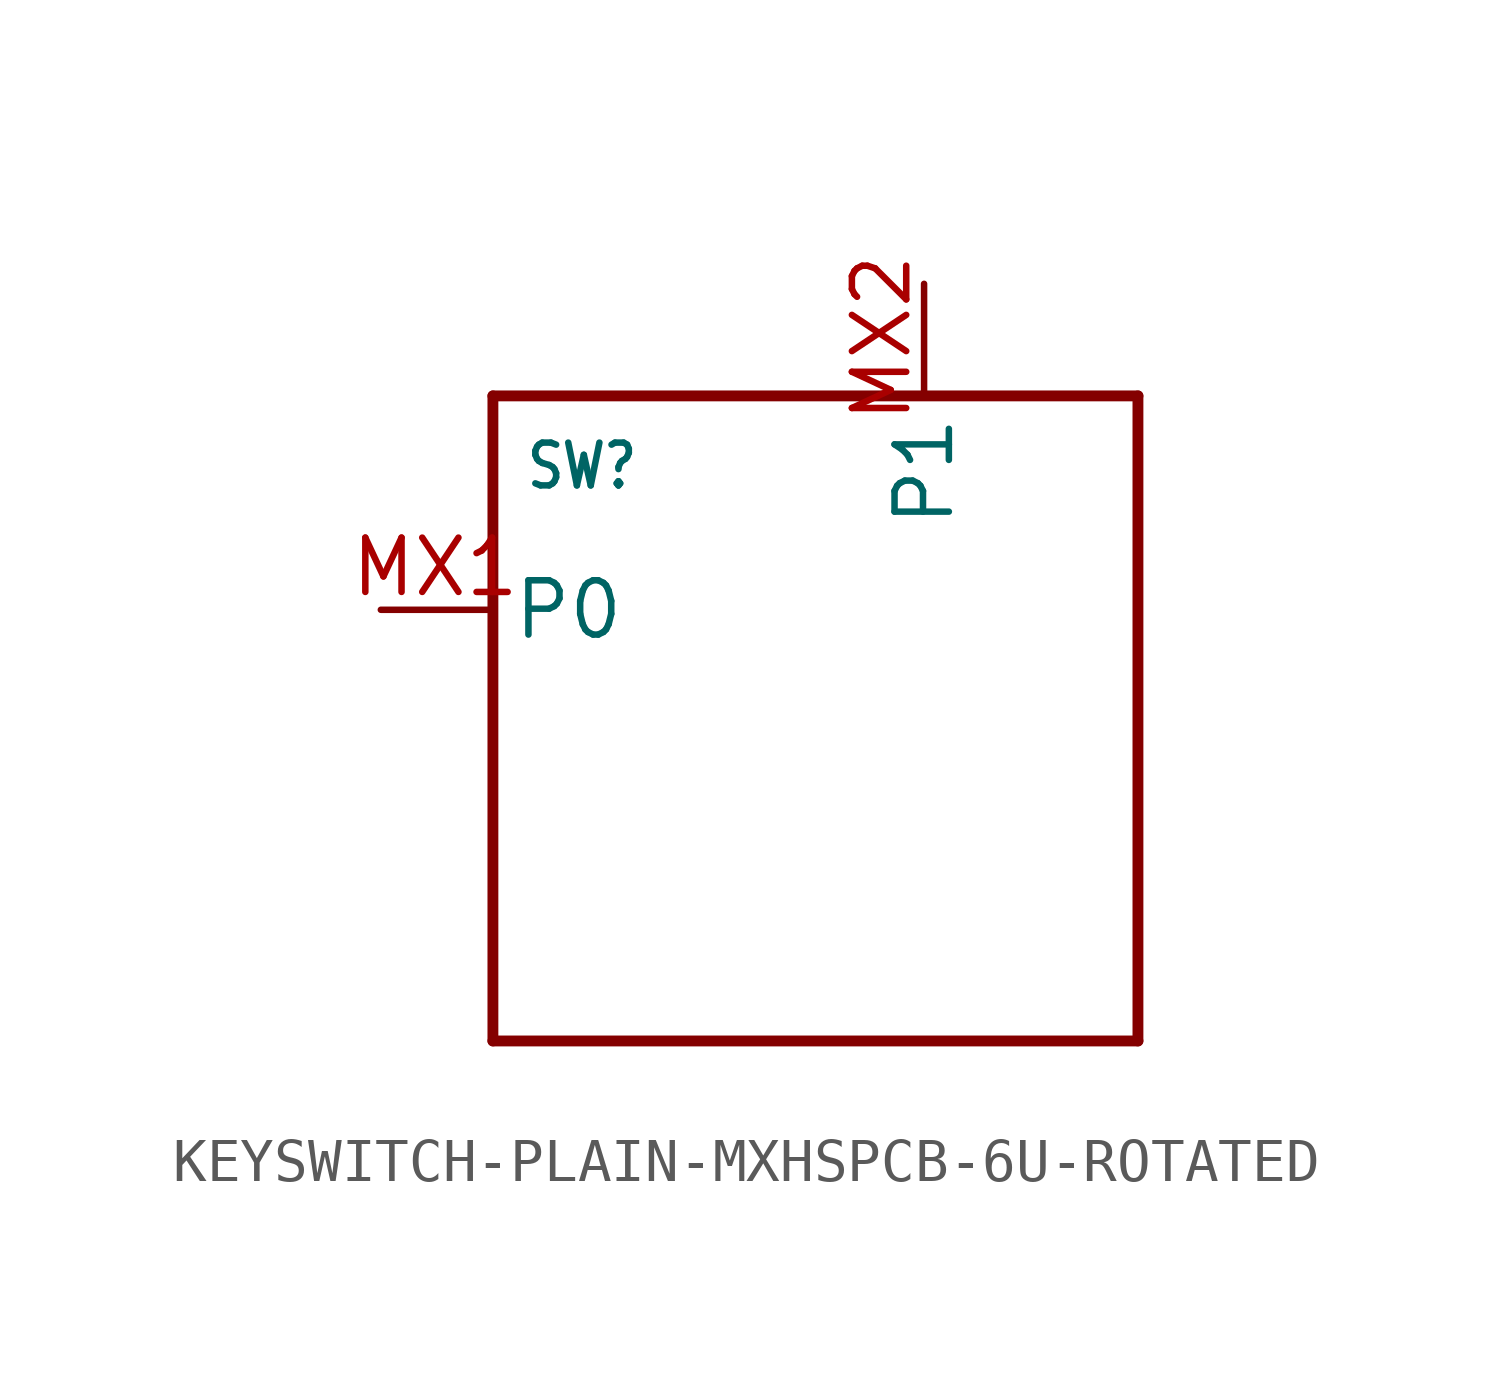
<source format=kicad_sym>
(kicad_symbol_lib
  (version 20211014)
  (generator kicad_symbol_editor)
  (symbol "KEYSWITCH-PLAIN-MXHSPCB-6U-ROTATED"
    (property "Reference" "SW"
      (at -6.81 5.318 0)
      (effects (font (size 1 0.85)) (justify left bottom)))
    (property "ki_locked" ""
      (at 0 0 0)
      (effects (font (size 1.27 1.27))))
    (symbol "KEYSWITCH-PLAIN-MXHSPCB-6U-ROTATED_1_0"
      (polyline (pts (xy -7.54 -7.54) (xy -7.54 7.54)) (stroke (width 0.254) (type default) (color 0 0 0 0)) (fill (type none)))
      (polyline (pts (xy -7.54 7.54) (xy 7.54 7.54)) (stroke (width 0.254) (type default) (color 0 0 0 0)) (fill (type none)))
      (polyline (pts (xy 7.54 -7.54) (xy -7.54 -7.54)) (stroke (width 0.254) (type default) (color 0 0 0 0)) (fill (type none)))
      (polyline (pts (xy 7.54 7.54) (xy 7.54 -7.54)) (stroke (width 0.254) (type default) (color 0 0 0 0)) (fill (type none)))
      (pin bidirectional line (at -10.16 2.54 0) (length 2.54) (name "P0" (effects (font (size 1.27 1.27)))) (number "MX1" (effects (font (size 1.27 1.27)))))
      (pin bidirectional line (at 2.54 10.16 270) (length 2.54) (name "P1" (effects (font (size 1.27 1.27)))) (number "MX2" (effects (font (size 1.27 1.27))))))))
</source>
